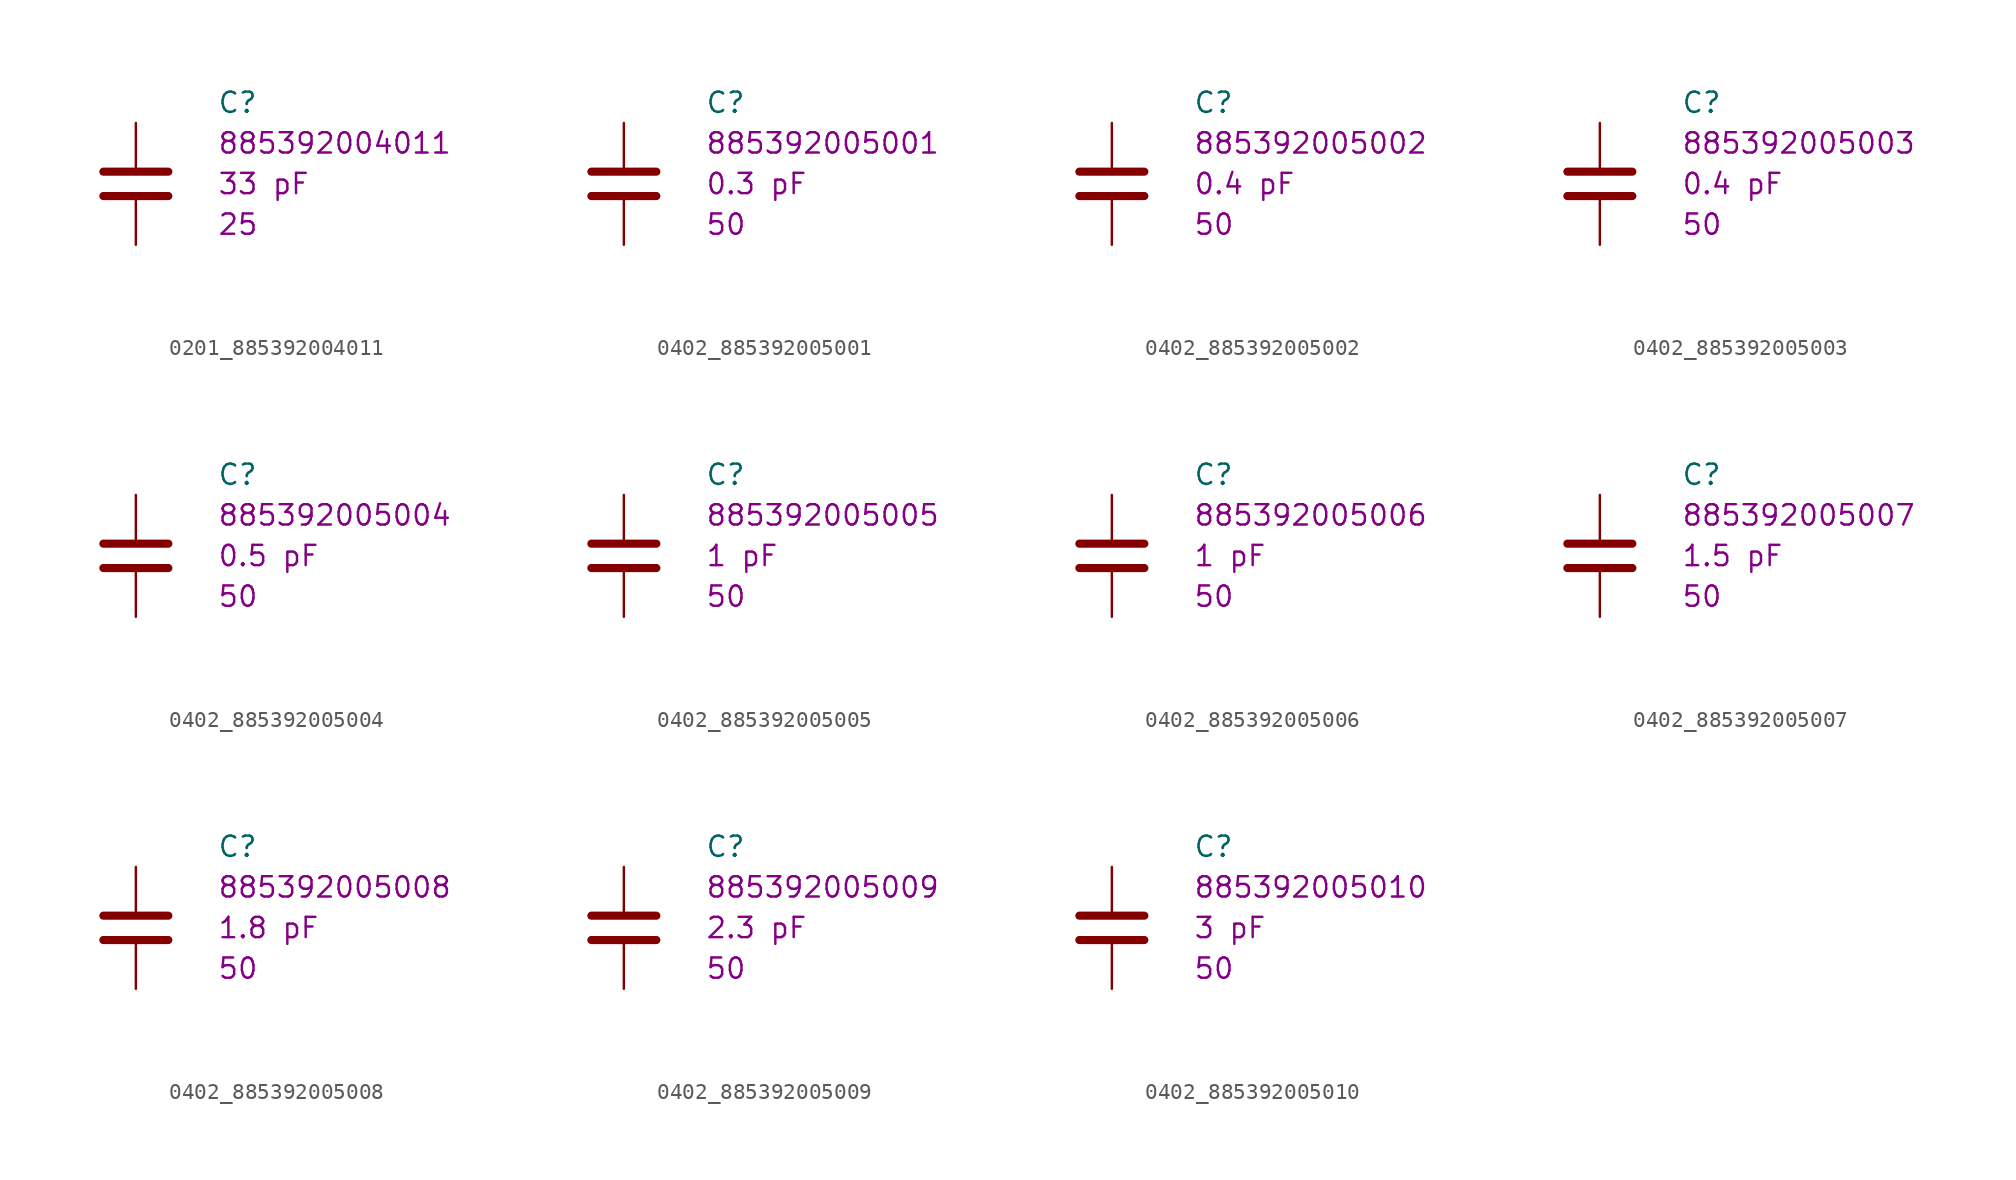
<source format=kicad_sym>
(kicad_symbol_lib
  (version 20220914)
  (generator kicad_symbol_editor)
  (symbol "0201_885392004011"
    (pin_numbers hide)
    (pin_names hide)
    (property "Reference" "C"
      (at 5.08 5.08 0)
      (effects (font (size 1.27 1.27)) (justify left)))
    (property "Part Number" "885392004011"
      (at 5.08 2.54 0)
      (effects (font (size 1.27 1.27)) (justify left)))
    (property "Capacitance" "33 pF"
      (at 5.08 0 0)
      (effects (font (size 1.27 1.27)) (justify left)))
    (property "Voltage" "25"
      (at 5.08 -2.54 0)
      (effects (font (size 1.27 1.27)) (justify left)))
    (property "Critical Parameter" ""
      (at 0 -7.62 0)
      (effects (font (size 1.27 1.27))))
    (symbol "0201_885392004011_0_1"
      (polyline (pts (xy -2.032 -0.762) (xy 2.032 -0.762)) (stroke (width 0.508) (type default)) (fill (type none)))
      (polyline (pts (xy -2.032 0.762) (xy 2.032 0.762)) (stroke (width 0.508) (type default)) (fill (type none))))
    (symbol "0201_885392004011_1_1"
      (pin passive line (at 0 3.81 270) (length 2.794) (name "1" (effects (font (size 1.27 1.27)))) (number "1" (effects (font (size 1.27 1.27)))))
      (pin passive line (at 0 -3.81 90) (length 2.794) (name "2" (effects (font (size 1.27 1.27)))) (number "2" (effects (font (size 1.27 1.27)))))))
  (symbol "0402_885392005001"
    (pin_numbers hide)
    (pin_names hide)
    (property "Reference" "C"
      (at 5.08 5.08 0)
      (effects (font (size 1.27 1.27)) (justify left)))
    (property "Part Number" "885392005001"
      (at 5.08 2.54 0)
      (effects (font (size 1.27 1.27)) (justify left)))
    (property "Capacitance" "0.3 pF"
      (at 5.08 0 0)
      (effects (font (size 1.27 1.27)) (justify left)))
    (property "Voltage" "50"
      (at 5.08 -2.54 0)
      (effects (font (size 1.27 1.27)) (justify left)))
    (property "Critical Parameter" ""
      (at 0 -7.62 0)
      (effects (font (size 1.27 1.27))))
    (symbol "0402_885392005001_0_1"
      (polyline (pts (xy -2.032 -0.762) (xy 2.032 -0.762)) (stroke (width 0.508) (type default)) (fill (type none)))
      (polyline (pts (xy -2.032 0.762) (xy 2.032 0.762)) (stroke (width 0.508) (type default)) (fill (type none))))
    (symbol "0402_885392005001_1_1"
      (pin passive line (at 0 3.81 270) (length 2.794) (name "1" (effects (font (size 1.27 1.27)))) (number "1" (effects (font (size 1.27 1.27)))))
      (pin passive line (at 0 -3.81 90) (length 2.794) (name "2" (effects (font (size 1.27 1.27)))) (number "2" (effects (font (size 1.27 1.27)))))))
  (symbol "0402_885392005002"
    (pin_numbers hide)
    (pin_names hide)
    (property "Reference" "C"
      (at 5.08 5.08 0)
      (effects (font (size 1.27 1.27)) (justify left)))
    (property "Part Number" "885392005002"
      (at 5.08 2.54 0)
      (effects (font (size 1.27 1.27)) (justify left)))
    (property "Capacitance" "0.4 pF"
      (at 5.08 0 0)
      (effects (font (size 1.27 1.27)) (justify left)))
    (property "Voltage" "50"
      (at 5.08 -2.54 0)
      (effects (font (size 1.27 1.27)) (justify left)))
    (property "Critical Parameter" ""
      (at 0 -7.62 0)
      (effects (font (size 1.27 1.27))))
    (symbol "0402_885392005002_0_1"
      (polyline (pts (xy -2.032 -0.762) (xy 2.032 -0.762)) (stroke (width 0.508) (type default)) (fill (type none)))
      (polyline (pts (xy -2.032 0.762) (xy 2.032 0.762)) (stroke (width 0.508) (type default)) (fill (type none))))
    (symbol "0402_885392005002_1_1"
      (pin passive line (at 0 3.81 270) (length 2.794) (name "1" (effects (font (size 1.27 1.27)))) (number "1" (effects (font (size 1.27 1.27)))))
      (pin passive line (at 0 -3.81 90) (length 2.794) (name "2" (effects (font (size 1.27 1.27)))) (number "2" (effects (font (size 1.27 1.27)))))))
  (symbol "0402_885392005003"
    (pin_numbers hide)
    (pin_names hide)
    (property "Reference" "C"
      (at 5.08 5.08 0)
      (effects (font (size 1.27 1.27)) (justify left)))
    (property "Part Number" "885392005003"
      (at 5.08 2.54 0)
      (effects (font (size 1.27 1.27)) (justify left)))
    (property "Capacitance" "0.4 pF"
      (at 5.08 0 0)
      (effects (font (size 1.27 1.27)) (justify left)))
    (property "Voltage" "50"
      (at 5.08 -2.54 0)
      (effects (font (size 1.27 1.27)) (justify left)))
    (property "Critical Parameter" ""
      (at 0 -7.62 0)
      (effects (font (size 1.27 1.27))))
    (symbol "0402_885392005003_0_1"
      (polyline (pts (xy -2.032 -0.762) (xy 2.032 -0.762)) (stroke (width 0.508) (type default)) (fill (type none)))
      (polyline (pts (xy -2.032 0.762) (xy 2.032 0.762)) (stroke (width 0.508) (type default)) (fill (type none))))
    (symbol "0402_885392005003_1_1"
      (pin passive line (at 0 3.81 270) (length 2.794) (name "1" (effects (font (size 1.27 1.27)))) (number "1" (effects (font (size 1.27 1.27)))))
      (pin passive line (at 0 -3.81 90) (length 2.794) (name "2" (effects (font (size 1.27 1.27)))) (number "2" (effects (font (size 1.27 1.27)))))))
  (symbol "0402_885392005004"
    (pin_numbers hide)
    (pin_names hide)
    (property "Reference" "C"
      (at 5.08 5.08 0)
      (effects (font (size 1.27 1.27)) (justify left)))
    (property "Part Number" "885392005004"
      (at 5.08 2.54 0)
      (effects (font (size 1.27 1.27)) (justify left)))
    (property "Capacitance" "0.5 pF"
      (at 5.08 0 0)
      (effects (font (size 1.27 1.27)) (justify left)))
    (property "Voltage" "50"
      (at 5.08 -2.54 0)
      (effects (font (size 1.27 1.27)) (justify left)))
    (property "Critical Parameter" ""
      (at 0 -7.62 0)
      (effects (font (size 1.27 1.27))))
    (symbol "0402_885392005004_0_1"
      (polyline (pts (xy -2.032 -0.762) (xy 2.032 -0.762)) (stroke (width 0.508) (type default)) (fill (type none)))
      (polyline (pts (xy -2.032 0.762) (xy 2.032 0.762)) (stroke (width 0.508) (type default)) (fill (type none))))
    (symbol "0402_885392005004_1_1"
      (pin passive line (at 0 3.81 270) (length 2.794) (name "1" (effects (font (size 1.27 1.27)))) (number "1" (effects (font (size 1.27 1.27)))))
      (pin passive line (at 0 -3.81 90) (length 2.794) (name "2" (effects (font (size 1.27 1.27)))) (number "2" (effects (font (size 1.27 1.27)))))))
  (symbol "0402_885392005005"
    (pin_numbers hide)
    (pin_names hide)
    (property "Reference" "C"
      (at 5.08 5.08 0)
      (effects (font (size 1.27 1.27)) (justify left)))
    (property "Part Number" "885392005005"
      (at 5.08 2.54 0)
      (effects (font (size 1.27 1.27)) (justify left)))
    (property "Capacitance" "1 pF"
      (at 5.08 0 0)
      (effects (font (size 1.27 1.27)) (justify left)))
    (property "Voltage" "50"
      (at 5.08 -2.54 0)
      (effects (font (size 1.27 1.27)) (justify left)))
    (property "Critical Parameter" ""
      (at 0 -7.62 0)
      (effects (font (size 1.27 1.27))))
    (symbol "0402_885392005005_0_1"
      (polyline (pts (xy -2.032 -0.762) (xy 2.032 -0.762)) (stroke (width 0.508) (type default)) (fill (type none)))
      (polyline (pts (xy -2.032 0.762) (xy 2.032 0.762)) (stroke (width 0.508) (type default)) (fill (type none))))
    (symbol "0402_885392005005_1_1"
      (pin passive line (at 0 3.81 270) (length 2.794) (name "1" (effects (font (size 1.27 1.27)))) (number "1" (effects (font (size 1.27 1.27)))))
      (pin passive line (at 0 -3.81 90) (length 2.794) (name "2" (effects (font (size 1.27 1.27)))) (number "2" (effects (font (size 1.27 1.27)))))))
  (symbol "0402_885392005006"
    (pin_numbers hide)
    (pin_names hide)
    (property "Reference" "C"
      (at 5.08 5.08 0)
      (effects (font (size 1.27 1.27)) (justify left)))
    (property "Part Number" "885392005006"
      (at 5.08 2.54 0)
      (effects (font (size 1.27 1.27)) (justify left)))
    (property "Capacitance" "1 pF"
      (at 5.08 0 0)
      (effects (font (size 1.27 1.27)) (justify left)))
    (property "Voltage" "50"
      (at 5.08 -2.54 0)
      (effects (font (size 1.27 1.27)) (justify left)))
    (property "Critical Parameter" ""
      (at 0 -7.62 0)
      (effects (font (size 1.27 1.27))))
    (symbol "0402_885392005006_0_1"
      (polyline (pts (xy -2.032 -0.762) (xy 2.032 -0.762)) (stroke (width 0.508) (type default)) (fill (type none)))
      (polyline (pts (xy -2.032 0.762) (xy 2.032 0.762)) (stroke (width 0.508) (type default)) (fill (type none))))
    (symbol "0402_885392005006_1_1"
      (pin passive line (at 0 3.81 270) (length 2.794) (name "1" (effects (font (size 1.27 1.27)))) (number "1" (effects (font (size 1.27 1.27)))))
      (pin passive line (at 0 -3.81 90) (length 2.794) (name "2" (effects (font (size 1.27 1.27)))) (number "2" (effects (font (size 1.27 1.27)))))))
  (symbol "0402_885392005007"
    (pin_numbers hide)
    (pin_names hide)
    (property "Reference" "C"
      (at 5.08 5.08 0)
      (effects (font (size 1.27 1.27)) (justify left)))
    (property "Part Number" "885392005007"
      (at 5.08 2.54 0)
      (effects (font (size 1.27 1.27)) (justify left)))
    (property "Capacitance" "1.5 pF"
      (at 5.08 0 0)
      (effects (font (size 1.27 1.27)) (justify left)))
    (property "Voltage" "50"
      (at 5.08 -2.54 0)
      (effects (font (size 1.27 1.27)) (justify left)))
    (property "Critical Parameter" ""
      (at 0 -7.62 0)
      (effects (font (size 1.27 1.27))))
    (symbol "0402_885392005007_0_1"
      (polyline (pts (xy -2.032 -0.762) (xy 2.032 -0.762)) (stroke (width 0.508) (type default)) (fill (type none)))
      (polyline (pts (xy -2.032 0.762) (xy 2.032 0.762)) (stroke (width 0.508) (type default)) (fill (type none))))
    (symbol "0402_885392005007_1_1"
      (pin passive line (at 0 3.81 270) (length 2.794) (name "1" (effects (font (size 1.27 1.27)))) (number "1" (effects (font (size 1.27 1.27)))))
      (pin passive line (at 0 -3.81 90) (length 2.794) (name "2" (effects (font (size 1.27 1.27)))) (number "2" (effects (font (size 1.27 1.27)))))))
  (symbol "0402_885392005008"
    (pin_numbers hide)
    (pin_names hide)
    (property "Reference" "C"
      (at 5.08 5.08 0)
      (effects (font (size 1.27 1.27)) (justify left)))
    (property "Part Number" "885392005008"
      (at 5.08 2.54 0)
      (effects (font (size 1.27 1.27)) (justify left)))
    (property "Capacitance" "1.8 pF"
      (at 5.08 0 0)
      (effects (font (size 1.27 1.27)) (justify left)))
    (property "Voltage" "50"
      (at 5.08 -2.54 0)
      (effects (font (size 1.27 1.27)) (justify left)))
    (property "Critical Parameter" ""
      (at 0 -7.62 0)
      (effects (font (size 1.27 1.27))))
    (symbol "0402_885392005008_0_1"
      (polyline (pts (xy -2.032 -0.762) (xy 2.032 -0.762)) (stroke (width 0.508) (type default)) (fill (type none)))
      (polyline (pts (xy -2.032 0.762) (xy 2.032 0.762)) (stroke (width 0.508) (type default)) (fill (type none))))
    (symbol "0402_885392005008_1_1"
      (pin passive line (at 0 3.81 270) (length 2.794) (name "1" (effects (font (size 1.27 1.27)))) (number "1" (effects (font (size 1.27 1.27)))))
      (pin passive line (at 0 -3.81 90) (length 2.794) (name "2" (effects (font (size 1.27 1.27)))) (number "2" (effects (font (size 1.27 1.27)))))))
  (symbol "0402_885392005009"
    (pin_numbers hide)
    (pin_names hide)
    (property "Reference" "C"
      (at 5.08 5.08 0)
      (effects (font (size 1.27 1.27)) (justify left)))
    (property "Part Number" "885392005009"
      (at 5.08 2.54 0)
      (effects (font (size 1.27 1.27)) (justify left)))
    (property "Capacitance" "2.3 pF"
      (at 5.08 0 0)
      (effects (font (size 1.27 1.27)) (justify left)))
    (property "Voltage" "50"
      (at 5.08 -2.54 0)
      (effects (font (size 1.27 1.27)) (justify left)))
    (property "Critical Parameter" ""
      (at 0 -7.62 0)
      (effects (font (size 1.27 1.27))))
    (symbol "0402_885392005009_0_1"
      (polyline (pts (xy -2.032 -0.762) (xy 2.032 -0.762)) (stroke (width 0.508) (type default)) (fill (type none)))
      (polyline (pts (xy -2.032 0.762) (xy 2.032 0.762)) (stroke (width 0.508) (type default)) (fill (type none))))
    (symbol "0402_885392005009_1_1"
      (pin passive line (at 0 3.81 270) (length 2.794) (name "1" (effects (font (size 1.27 1.27)))) (number "1" (effects (font (size 1.27 1.27)))))
      (pin passive line (at 0 -3.81 90) (length 2.794) (name "2" (effects (font (size 1.27 1.27)))) (number "2" (effects (font (size 1.27 1.27)))))))
  (symbol "0402_885392005010"
    (pin_numbers hide)
    (pin_names hide)
    (property "Reference" "C"
      (at 5.08 5.08 0)
      (effects (font (size 1.27 1.27)) (justify left)))
    (property "Part Number" "885392005010"
      (at 5.08 2.54 0)
      (effects (font (size 1.27 1.27)) (justify left)))
    (property "Capacitance" "3 pF"
      (at 5.08 0 0)
      (effects (font (size 1.27 1.27)) (justify left)))
    (property "Voltage" "50"
      (at 5.08 -2.54 0)
      (effects (font (size 1.27 1.27)) (justify left)))
    (property "Critical Parameter" ""
      (at 0 -7.62 0)
      (effects (font (size 1.27 1.27))))
    (symbol "0402_885392005010_0_1"
      (polyline (pts (xy -2.032 -0.762) (xy 2.032 -0.762)) (stroke (width 0.508) (type default)) (fill (type none)))
      (polyline (pts (xy -2.032 0.762) (xy 2.032 0.762)) (stroke (width 0.508) (type default)) (fill (type none))))
    (symbol "0402_885392005010_1_1"
      (pin passive line (at 0 3.81 270) (length 2.794) (name "1" (effects (font (size 1.27 1.27)))) (number "1" (effects (font (size 1.27 1.27)))))
      (pin passive line (at 0 -3.81 90) (length 2.794) (name "2" (effects (font (size 1.27 1.27)))) (number "2" (effects (font (size 1.27 1.27))))))))
</source>
